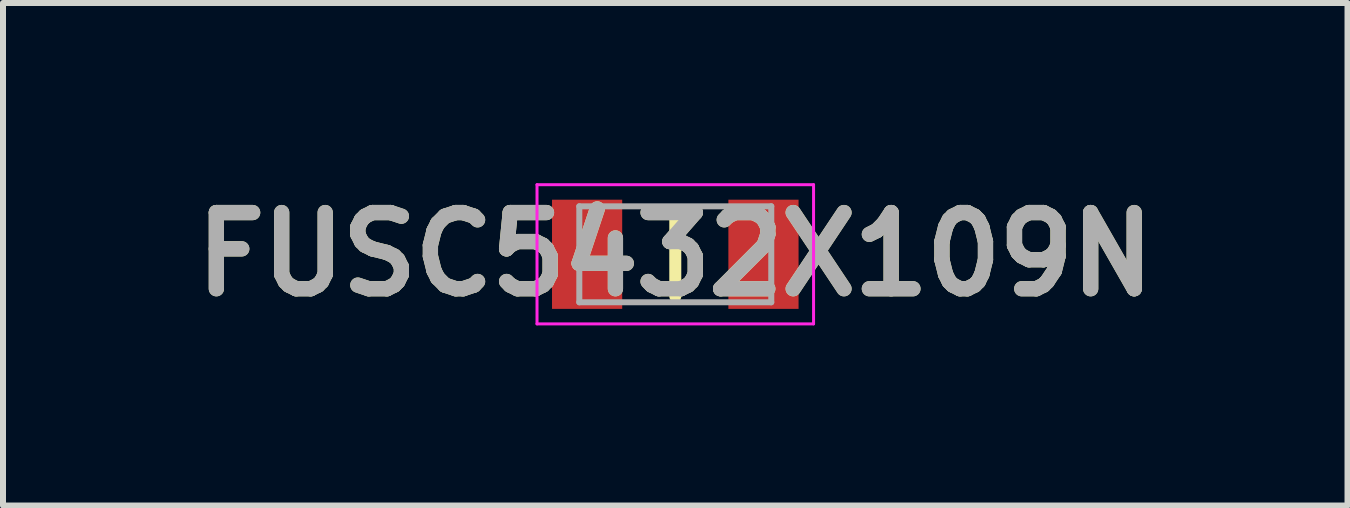
<source format=kicad_pcb>
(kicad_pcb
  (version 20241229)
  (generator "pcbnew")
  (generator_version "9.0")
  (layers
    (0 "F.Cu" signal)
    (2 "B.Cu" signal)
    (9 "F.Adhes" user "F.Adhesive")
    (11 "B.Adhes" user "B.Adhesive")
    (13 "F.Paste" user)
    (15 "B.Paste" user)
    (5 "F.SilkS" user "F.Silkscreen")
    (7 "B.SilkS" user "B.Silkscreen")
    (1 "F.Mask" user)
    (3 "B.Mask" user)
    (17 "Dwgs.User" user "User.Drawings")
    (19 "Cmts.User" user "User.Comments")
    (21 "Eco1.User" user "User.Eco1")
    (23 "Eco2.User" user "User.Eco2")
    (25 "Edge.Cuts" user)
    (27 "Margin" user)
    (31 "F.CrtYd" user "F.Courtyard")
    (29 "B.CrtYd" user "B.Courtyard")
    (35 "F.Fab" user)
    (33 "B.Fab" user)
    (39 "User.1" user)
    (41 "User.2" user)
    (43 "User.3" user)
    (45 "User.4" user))
  (footprint "FUSC5432X109N"
    (layer "F.Cu")
    (at 8.207 1.189)
    (property "Reference" "FUSC5432X109N" (at 0 0 0) (layer "F.SilkS") (effects (font (size 1.27 1.27) (thickness 0.254))))
    (attr smd)
    (fp_line (start 0 -0.7) (end 0 0.7) (stroke (width 0.2) (type solid)) (layer "F.SilkS"))
    (fp_line (start -2.305 -1.16) (end 2.305 -1.16) (stroke (width 0.05) (type solid)) (layer "F.CrtYd"))
    (fp_line (start -2.305 1.16) (end -2.305 -1.16) (stroke (width 0.05) (type solid)) (layer "F.CrtYd"))
    (fp_line (start 2.305 -1.16) (end 2.305 1.16) (stroke (width 0.05) (type solid)) (layer "F.CrtYd"))
    (fp_line (start 2.305 1.16) (end -2.305 1.16) (stroke (width 0.05) (type solid)) (layer "F.CrtYd"))
    (fp_line (start -1.6 -0.8) (end 1.6 -0.8) (stroke (width 0.1) (type solid)) (layer "F.Fab"))
    (fp_line (start -1.6 0.8) (end -1.6 -0.8) (stroke (width 0.1) (type solid)) (layer "F.Fab"))
    (fp_line (start 1.6 -0.8) (end 1.6 0.8) (stroke (width 0.1) (type solid)) (layer "F.Fab"))
    (fp_line (start 1.6 0.8) (end -1.6 0.8) (stroke (width 0.1) (type solid)) (layer "F.Fab"))
    (fp_text user "${REFERENCE}" (at 0 0 0) (layer "F.Fab") (effects (font (size 1.27 1.27) (thickness 0.254))))
    (pad "1" smd rect (at -1.47 0) (size 1.17 1.82) (layers "F.Cu" "F.Mask" "F.Paste"))
    (pad "2" smd rect (at 1.47 0) (size 1.17 1.82) (layers "F.Cu" "F.Mask" "F.Paste")))
  (gr_rect
    (start -3 -3)
    (end 19.413 5.377)
    (stroke (width 0.1) (type default))
    (fill no)
    (layer "Edge.Cuts")))
</source>
